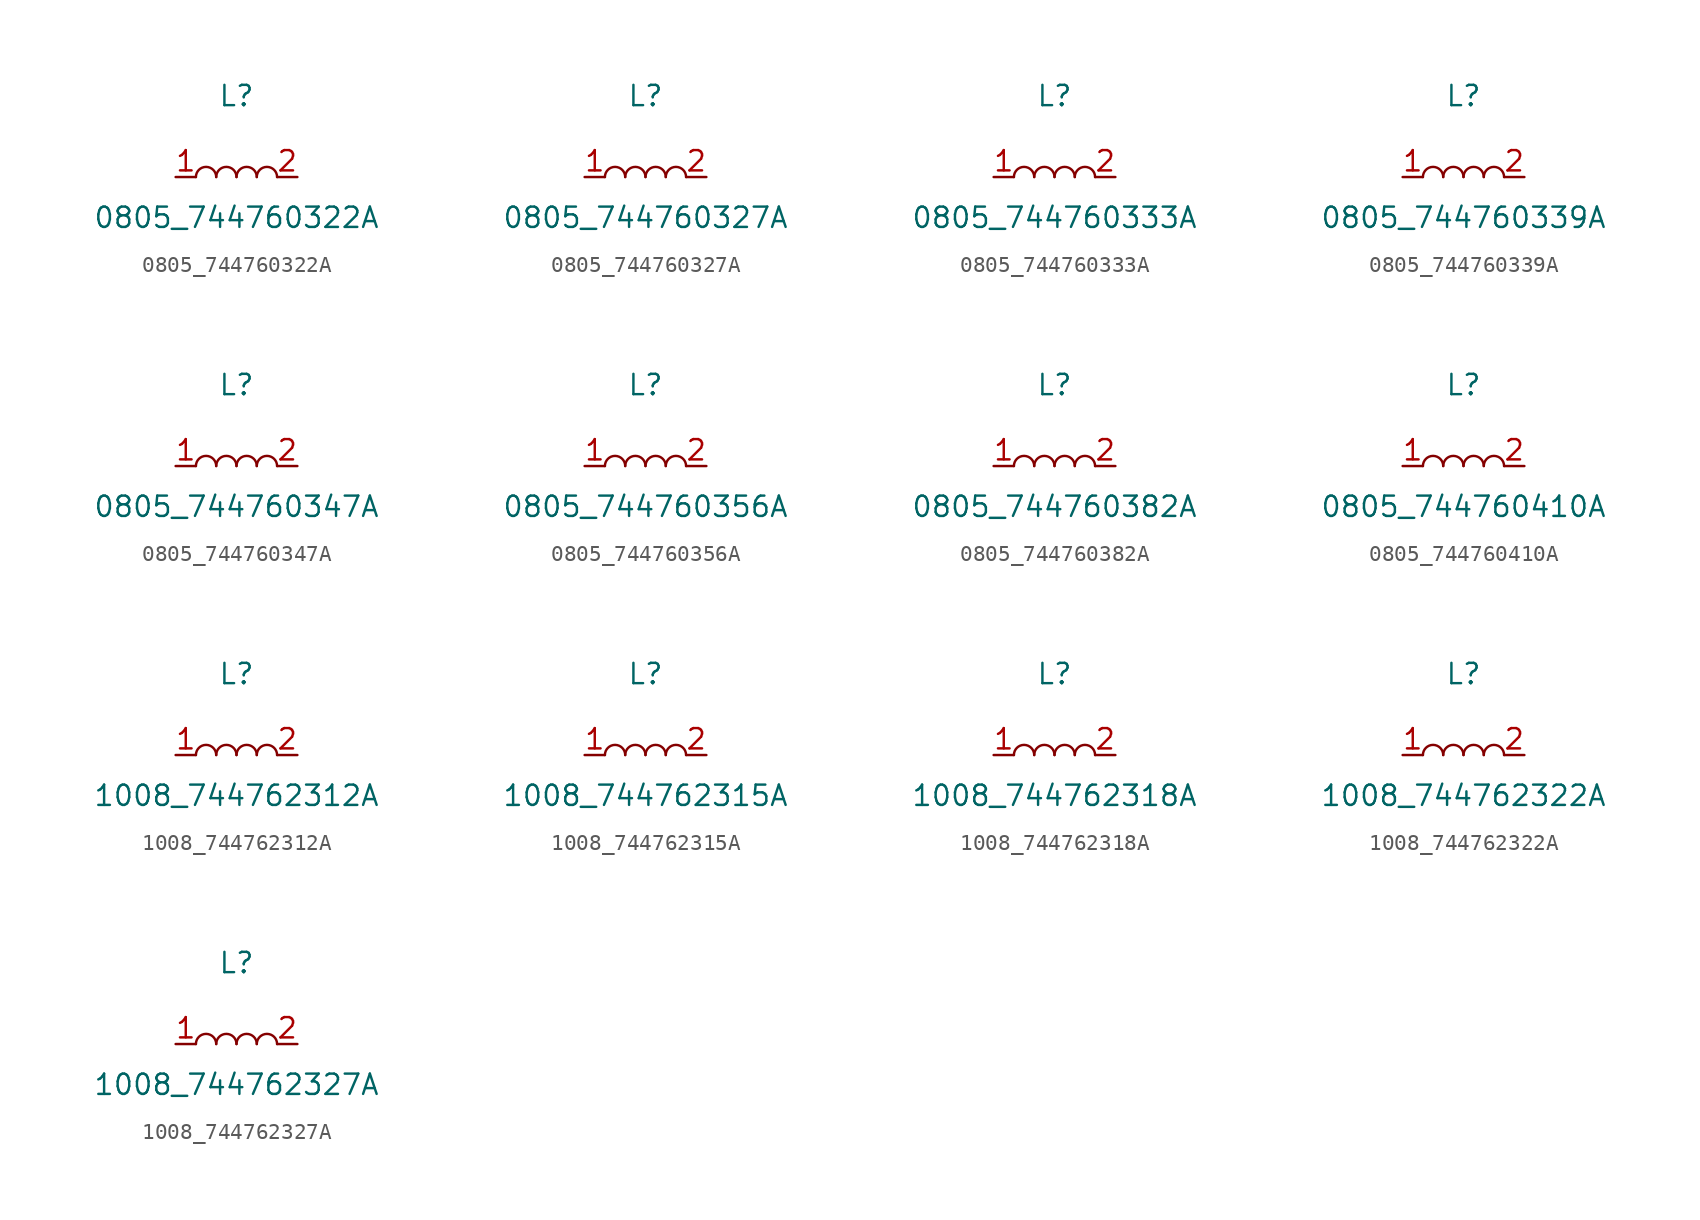
<source format=kicad_sym>
(kicad_symbol_lib
  (version 20220914)
  (generator kicad_symbol_editor)
  (symbol "0805_744760322A"
    (pin_names hide)
    (property "Reference" "L"
      (at 0 5.08 0)
      (effects (font (size 1.27 1.27))))
    (property "Value" "0805_744760322A"
      (at 0 -2.54 0)
      (effects (font (size 1.27 1.27))))
    (symbol "0805_744760322A_0_1"
      (arc (start -1.27 0) (mid -1.905 0.6323) (end -2.54 0) (stroke (width 0) (type default)) (fill (type none)))
      (arc (start 0 0) (mid -0.635 0.6323) (end -1.27 0) (stroke (width 0) (type default)) (fill (type none)))
      (arc (start 1.27 0) (mid 0.635 0.6323) (end 0 0) (stroke (width 0) (type default)) (fill (type none)))
      (arc (start 2.54 0) (mid 1.905 0.6323) (end 1.27 0) (stroke (width 0) (type default)) (fill (type none))))
    (symbol "0805_744760322A_1_1"
      (pin passive line (at -3.81 0 0) (length 1.27) (name "1" (effects (font (size 1.27 1.27)))) (number "1" (effects (font (size 1.27 1.27)))))
      (pin passive line (at 3.81 0 180) (length 1.27) (name "2" (effects (font (size 1.27 1.27)))) (number "2" (effects (font (size 1.27 1.27)))))))
  (symbol "0805_744760327A"
    (pin_names hide)
    (property "Reference" "L"
      (at 0 5.08 0)
      (effects (font (size 1.27 1.27))))
    (property "Value" "0805_744760327A"
      (at 0 -2.54 0)
      (effects (font (size 1.27 1.27))))
    (symbol "0805_744760327A_0_1"
      (arc (start -1.27 0) (mid -1.905 0.6323) (end -2.54 0) (stroke (width 0) (type default)) (fill (type none)))
      (arc (start 0 0) (mid -0.635 0.6323) (end -1.27 0) (stroke (width 0) (type default)) (fill (type none)))
      (arc (start 1.27 0) (mid 0.635 0.6323) (end 0 0) (stroke (width 0) (type default)) (fill (type none)))
      (arc (start 2.54 0) (mid 1.905 0.6323) (end 1.27 0) (stroke (width 0) (type default)) (fill (type none))))
    (symbol "0805_744760327A_1_1"
      (pin passive line (at -3.81 0 0) (length 1.27) (name "1" (effects (font (size 1.27 1.27)))) (number "1" (effects (font (size 1.27 1.27)))))
      (pin passive line (at 3.81 0 180) (length 1.27) (name "2" (effects (font (size 1.27 1.27)))) (number "2" (effects (font (size 1.27 1.27)))))))
  (symbol "0805_744760333A"
    (pin_names hide)
    (property "Reference" "L"
      (at 0 5.08 0)
      (effects (font (size 1.27 1.27))))
    (property "Value" "0805_744760333A"
      (at 0 -2.54 0)
      (effects (font (size 1.27 1.27))))
    (symbol "0805_744760333A_0_1"
      (arc (start -1.27 0) (mid -1.905 0.6323) (end -2.54 0) (stroke (width 0) (type default)) (fill (type none)))
      (arc (start 0 0) (mid -0.635 0.6323) (end -1.27 0) (stroke (width 0) (type default)) (fill (type none)))
      (arc (start 1.27 0) (mid 0.635 0.6323) (end 0 0) (stroke (width 0) (type default)) (fill (type none)))
      (arc (start 2.54 0) (mid 1.905 0.6323) (end 1.27 0) (stroke (width 0) (type default)) (fill (type none))))
    (symbol "0805_744760333A_1_1"
      (pin passive line (at -3.81 0 0) (length 1.27) (name "1" (effects (font (size 1.27 1.27)))) (number "1" (effects (font (size 1.27 1.27)))))
      (pin passive line (at 3.81 0 180) (length 1.27) (name "2" (effects (font (size 1.27 1.27)))) (number "2" (effects (font (size 1.27 1.27)))))))
  (symbol "0805_744760339A"
    (pin_names hide)
    (property "Reference" "L"
      (at 0 5.08 0)
      (effects (font (size 1.27 1.27))))
    (property "Value" "0805_744760339A"
      (at 0 -2.54 0)
      (effects (font (size 1.27 1.27))))
    (symbol "0805_744760339A_0_1"
      (arc (start -1.27 0) (mid -1.905 0.6323) (end -2.54 0) (stroke (width 0) (type default)) (fill (type none)))
      (arc (start 0 0) (mid -0.635 0.6323) (end -1.27 0) (stroke (width 0) (type default)) (fill (type none)))
      (arc (start 1.27 0) (mid 0.635 0.6323) (end 0 0) (stroke (width 0) (type default)) (fill (type none)))
      (arc (start 2.54 0) (mid 1.905 0.6323) (end 1.27 0) (stroke (width 0) (type default)) (fill (type none))))
    (symbol "0805_744760339A_1_1"
      (pin passive line (at -3.81 0 0) (length 1.27) (name "1" (effects (font (size 1.27 1.27)))) (number "1" (effects (font (size 1.27 1.27)))))
      (pin passive line (at 3.81 0 180) (length 1.27) (name "2" (effects (font (size 1.27 1.27)))) (number "2" (effects (font (size 1.27 1.27)))))))
  (symbol "0805_744760347A"
    (pin_names hide)
    (property "Reference" "L"
      (at 0 5.08 0)
      (effects (font (size 1.27 1.27))))
    (property "Value" "0805_744760347A"
      (at 0 -2.54 0)
      (effects (font (size 1.27 1.27))))
    (symbol "0805_744760347A_0_1"
      (arc (start -1.27 0) (mid -1.905 0.6323) (end -2.54 0) (stroke (width 0) (type default)) (fill (type none)))
      (arc (start 0 0) (mid -0.635 0.6323) (end -1.27 0) (stroke (width 0) (type default)) (fill (type none)))
      (arc (start 1.27 0) (mid 0.635 0.6323) (end 0 0) (stroke (width 0) (type default)) (fill (type none)))
      (arc (start 2.54 0) (mid 1.905 0.6323) (end 1.27 0) (stroke (width 0) (type default)) (fill (type none))))
    (symbol "0805_744760347A_1_1"
      (pin passive line (at -3.81 0 0) (length 1.27) (name "1" (effects (font (size 1.27 1.27)))) (number "1" (effects (font (size 1.27 1.27)))))
      (pin passive line (at 3.81 0 180) (length 1.27) (name "2" (effects (font (size 1.27 1.27)))) (number "2" (effects (font (size 1.27 1.27)))))))
  (symbol "0805_744760356A"
    (pin_names hide)
    (property "Reference" "L"
      (at 0 5.08 0)
      (effects (font (size 1.27 1.27))))
    (property "Value" "0805_744760356A"
      (at 0 -2.54 0)
      (effects (font (size 1.27 1.27))))
    (symbol "0805_744760356A_0_1"
      (arc (start -1.27 0) (mid -1.905 0.6323) (end -2.54 0) (stroke (width 0) (type default)) (fill (type none)))
      (arc (start 0 0) (mid -0.635 0.6323) (end -1.27 0) (stroke (width 0) (type default)) (fill (type none)))
      (arc (start 1.27 0) (mid 0.635 0.6323) (end 0 0) (stroke (width 0) (type default)) (fill (type none)))
      (arc (start 2.54 0) (mid 1.905 0.6323) (end 1.27 0) (stroke (width 0) (type default)) (fill (type none))))
    (symbol "0805_744760356A_1_1"
      (pin passive line (at -3.81 0 0) (length 1.27) (name "1" (effects (font (size 1.27 1.27)))) (number "1" (effects (font (size 1.27 1.27)))))
      (pin passive line (at 3.81 0 180) (length 1.27) (name "2" (effects (font (size 1.27 1.27)))) (number "2" (effects (font (size 1.27 1.27)))))))
  (symbol "0805_744760382A"
    (pin_names hide)
    (property "Reference" "L"
      (at 0 5.08 0)
      (effects (font (size 1.27 1.27))))
    (property "Value" "0805_744760382A"
      (at 0 -2.54 0)
      (effects (font (size 1.27 1.27))))
    (symbol "0805_744760382A_0_1"
      (arc (start -1.27 0) (mid -1.905 0.6323) (end -2.54 0) (stroke (width 0) (type default)) (fill (type none)))
      (arc (start 0 0) (mid -0.635 0.6323) (end -1.27 0) (stroke (width 0) (type default)) (fill (type none)))
      (arc (start 1.27 0) (mid 0.635 0.6323) (end 0 0) (stroke (width 0) (type default)) (fill (type none)))
      (arc (start 2.54 0) (mid 1.905 0.6323) (end 1.27 0) (stroke (width 0) (type default)) (fill (type none))))
    (symbol "0805_744760382A_1_1"
      (pin passive line (at -3.81 0 0) (length 1.27) (name "1" (effects (font (size 1.27 1.27)))) (number "1" (effects (font (size 1.27 1.27)))))
      (pin passive line (at 3.81 0 180) (length 1.27) (name "2" (effects (font (size 1.27 1.27)))) (number "2" (effects (font (size 1.27 1.27)))))))
  (symbol "0805_744760410A"
    (pin_names hide)
    (property "Reference" "L"
      (at 0 5.08 0)
      (effects (font (size 1.27 1.27))))
    (property "Value" "0805_744760410A"
      (at 0 -2.54 0)
      (effects (font (size 1.27 1.27))))
    (symbol "0805_744760410A_0_1"
      (arc (start -1.27 0) (mid -1.905 0.6323) (end -2.54 0) (stroke (width 0) (type default)) (fill (type none)))
      (arc (start 0 0) (mid -0.635 0.6323) (end -1.27 0) (stroke (width 0) (type default)) (fill (type none)))
      (arc (start 1.27 0) (mid 0.635 0.6323) (end 0 0) (stroke (width 0) (type default)) (fill (type none)))
      (arc (start 2.54 0) (mid 1.905 0.6323) (end 1.27 0) (stroke (width 0) (type default)) (fill (type none))))
    (symbol "0805_744760410A_1_1"
      (pin passive line (at -3.81 0 0) (length 1.27) (name "1" (effects (font (size 1.27 1.27)))) (number "1" (effects (font (size 1.27 1.27)))))
      (pin passive line (at 3.81 0 180) (length 1.27) (name "2" (effects (font (size 1.27 1.27)))) (number "2" (effects (font (size 1.27 1.27)))))))
  (symbol "1008_744762312A"
    (pin_names hide)
    (property "Reference" "L"
      (at 0 5.08 0)
      (effects (font (size 1.27 1.27))))
    (property "Value" "1008_744762312A"
      (at 0 -2.54 0)
      (effects (font (size 1.27 1.27))))
    (symbol "1008_744762312A_0_1"
      (arc (start -1.27 0) (mid -1.905 0.6323) (end -2.54 0) (stroke (width 0) (type default)) (fill (type none)))
      (arc (start 0 0) (mid -0.635 0.6323) (end -1.27 0) (stroke (width 0) (type default)) (fill (type none)))
      (arc (start 1.27 0) (mid 0.635 0.6323) (end 0 0) (stroke (width 0) (type default)) (fill (type none)))
      (arc (start 2.54 0) (mid 1.905 0.6323) (end 1.27 0) (stroke (width 0) (type default)) (fill (type none))))
    (symbol "1008_744762312A_1_1"
      (pin passive line (at -3.81 0 0) (length 1.27) (name "1" (effects (font (size 1.27 1.27)))) (number "1" (effects (font (size 1.27 1.27)))))
      (pin passive line (at 3.81 0 180) (length 1.27) (name "2" (effects (font (size 1.27 1.27)))) (number "2" (effects (font (size 1.27 1.27)))))))
  (symbol "1008_744762315A"
    (pin_names hide)
    (property "Reference" "L"
      (at 0 5.08 0)
      (effects (font (size 1.27 1.27))))
    (property "Value" "1008_744762315A"
      (at 0 -2.54 0)
      (effects (font (size 1.27 1.27))))
    (symbol "1008_744762315A_0_1"
      (arc (start -1.27 0) (mid -1.905 0.6323) (end -2.54 0) (stroke (width 0) (type default)) (fill (type none)))
      (arc (start 0 0) (mid -0.635 0.6323) (end -1.27 0) (stroke (width 0) (type default)) (fill (type none)))
      (arc (start 1.27 0) (mid 0.635 0.6323) (end 0 0) (stroke (width 0) (type default)) (fill (type none)))
      (arc (start 2.54 0) (mid 1.905 0.6323) (end 1.27 0) (stroke (width 0) (type default)) (fill (type none))))
    (symbol "1008_744762315A_1_1"
      (pin passive line (at -3.81 0 0) (length 1.27) (name "1" (effects (font (size 1.27 1.27)))) (number "1" (effects (font (size 1.27 1.27)))))
      (pin passive line (at 3.81 0 180) (length 1.27) (name "2" (effects (font (size 1.27 1.27)))) (number "2" (effects (font (size 1.27 1.27)))))))
  (symbol "1008_744762318A"
    (pin_names hide)
    (property "Reference" "L"
      (at 0 5.08 0)
      (effects (font (size 1.27 1.27))))
    (property "Value" "1008_744762318A"
      (at 0 -2.54 0)
      (effects (font (size 1.27 1.27))))
    (symbol "1008_744762318A_0_1"
      (arc (start -1.27 0) (mid -1.905 0.6323) (end -2.54 0) (stroke (width 0) (type default)) (fill (type none)))
      (arc (start 0 0) (mid -0.635 0.6323) (end -1.27 0) (stroke (width 0) (type default)) (fill (type none)))
      (arc (start 1.27 0) (mid 0.635 0.6323) (end 0 0) (stroke (width 0) (type default)) (fill (type none)))
      (arc (start 2.54 0) (mid 1.905 0.6323) (end 1.27 0) (stroke (width 0) (type default)) (fill (type none))))
    (symbol "1008_744762318A_1_1"
      (pin passive line (at -3.81 0 0) (length 1.27) (name "1" (effects (font (size 1.27 1.27)))) (number "1" (effects (font (size 1.27 1.27)))))
      (pin passive line (at 3.81 0 180) (length 1.27) (name "2" (effects (font (size 1.27 1.27)))) (number "2" (effects (font (size 1.27 1.27)))))))
  (symbol "1008_744762322A"
    (pin_names hide)
    (property "Reference" "L"
      (at 0 5.08 0)
      (effects (font (size 1.27 1.27))))
    (property "Value" "1008_744762322A"
      (at 0 -2.54 0)
      (effects (font (size 1.27 1.27))))
    (symbol "1008_744762322A_0_1"
      (arc (start -1.27 0) (mid -1.905 0.6323) (end -2.54 0) (stroke (width 0) (type default)) (fill (type none)))
      (arc (start 0 0) (mid -0.635 0.6323) (end -1.27 0) (stroke (width 0) (type default)) (fill (type none)))
      (arc (start 1.27 0) (mid 0.635 0.6323) (end 0 0) (stroke (width 0) (type default)) (fill (type none)))
      (arc (start 2.54 0) (mid 1.905 0.6323) (end 1.27 0) (stroke (width 0) (type default)) (fill (type none))))
    (symbol "1008_744762322A_1_1"
      (pin passive line (at -3.81 0 0) (length 1.27) (name "1" (effects (font (size 1.27 1.27)))) (number "1" (effects (font (size 1.27 1.27)))))
      (pin passive line (at 3.81 0 180) (length 1.27) (name "2" (effects (font (size 1.27 1.27)))) (number "2" (effects (font (size 1.27 1.27)))))))
  (symbol "1008_744762327A"
    (pin_names hide)
    (property "Reference" "L"
      (at 0 5.08 0)
      (effects (font (size 1.27 1.27))))
    (property "Value" "1008_744762327A"
      (at 0 -2.54 0)
      (effects (font (size 1.27 1.27))))
    (symbol "1008_744762327A_0_1"
      (arc (start -1.27 0) (mid -1.905 0.6323) (end -2.54 0) (stroke (width 0) (type default)) (fill (type none)))
      (arc (start 0 0) (mid -0.635 0.6323) (end -1.27 0) (stroke (width 0) (type default)) (fill (type none)))
      (arc (start 1.27 0) (mid 0.635 0.6323) (end 0 0) (stroke (width 0) (type default)) (fill (type none)))
      (arc (start 2.54 0) (mid 1.905 0.6323) (end 1.27 0) (stroke (width 0) (type default)) (fill (type none))))
    (symbol "1008_744762327A_1_1"
      (pin passive line (at -3.81 0 0) (length 1.27) (name "1" (effects (font (size 1.27 1.27)))) (number "1" (effects (font (size 1.27 1.27)))))
      (pin passive line (at 3.81 0 180) (length 1.27) (name "2" (effects (font (size 1.27 1.27)))) (number "2" (effects (font (size 1.27 1.27))))))))
</source>
